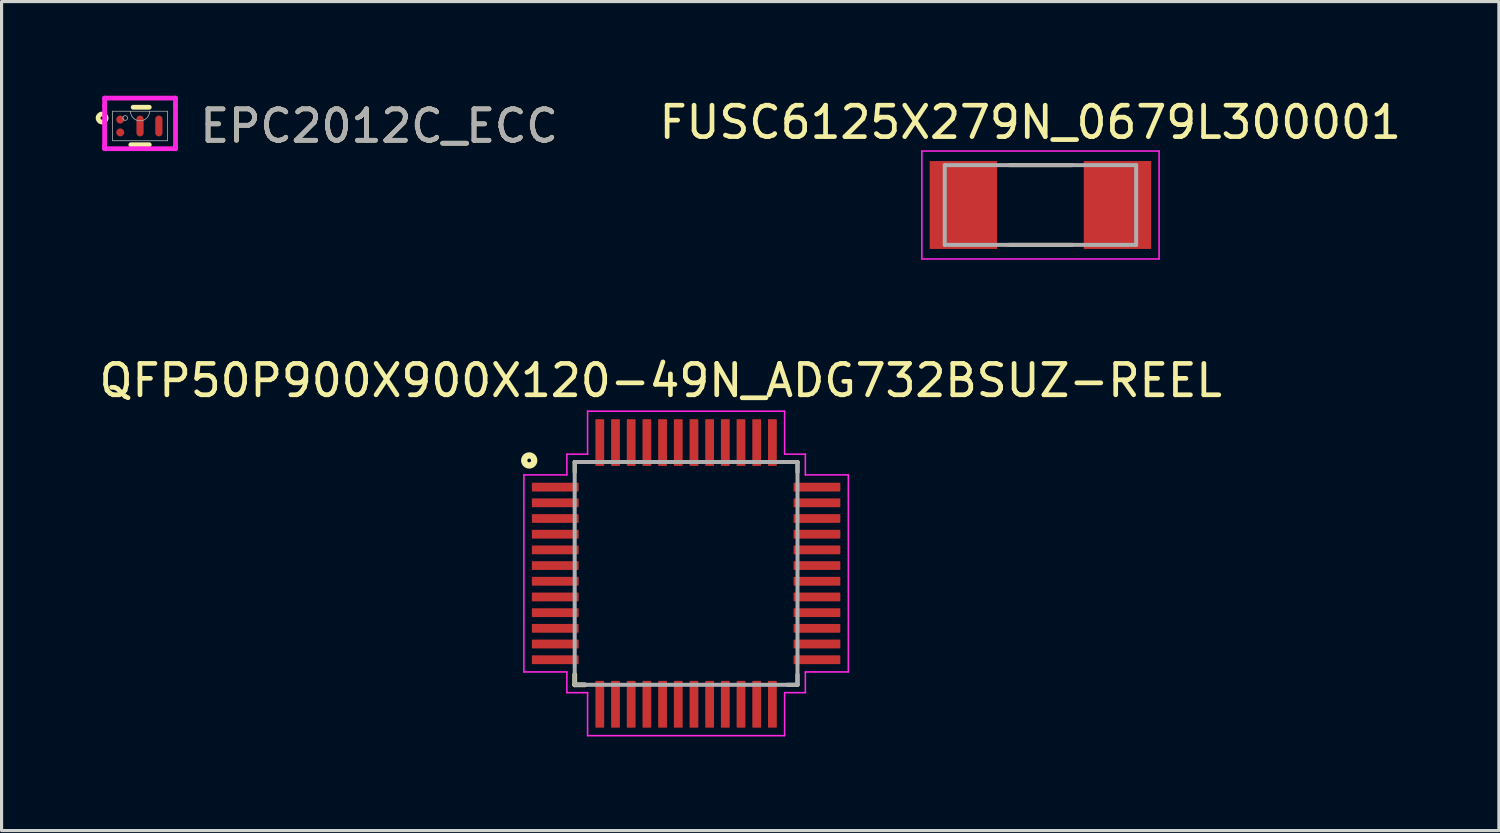
<source format=kicad_pcb>
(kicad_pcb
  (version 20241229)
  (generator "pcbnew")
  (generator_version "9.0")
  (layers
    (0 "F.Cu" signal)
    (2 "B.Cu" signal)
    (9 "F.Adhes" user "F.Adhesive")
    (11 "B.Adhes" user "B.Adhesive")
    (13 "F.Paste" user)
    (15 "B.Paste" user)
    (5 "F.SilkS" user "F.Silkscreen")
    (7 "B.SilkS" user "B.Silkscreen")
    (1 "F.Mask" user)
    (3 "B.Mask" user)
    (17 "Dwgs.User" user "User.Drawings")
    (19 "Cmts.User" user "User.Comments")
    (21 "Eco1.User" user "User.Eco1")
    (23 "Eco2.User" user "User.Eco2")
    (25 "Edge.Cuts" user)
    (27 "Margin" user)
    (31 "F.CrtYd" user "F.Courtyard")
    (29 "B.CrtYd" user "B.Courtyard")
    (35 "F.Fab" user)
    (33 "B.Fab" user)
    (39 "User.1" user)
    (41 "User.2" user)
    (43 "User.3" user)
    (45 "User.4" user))
  (footprint "EPC2012C_ECC"
    (layer "F.Cu")
    (at 1.413 0.965)
    (property "Reference" "EPC2012C_ECC" (at 7.62 0 0) (unlocked yes) (layer "F.SilkS") (effects (font (size 1 1) (thickness 0.15))))
    (attr smd)
    (fp_line (start -0.294 0.597) (end 0.294 0.597) (stroke (width 0.152) (type solid)) (layer "F.SilkS"))
    (fp_line (start 0.294 -0.597) (end -0.22 -0.597) (stroke (width 0.152) (type solid)) (layer "F.SilkS"))
    (fp_circle (center -1.21 -0.254) (end -1.083 -0.254) (stroke (width 0.152) (type solid)) (fill no) (layer "F.SilkS"))
    (fp_line (start -1.13 -0.889) (end 1.13 -0.889) (stroke (width 0.152) (type solid)) (layer "F.CrtYd"))
    (fp_line (start -1.13 -0.635) (end -1.13 -0.889) (stroke (width 0.152) (type solid)) (layer "F.CrtYd"))
    (fp_line (start -1.13 -0.635) (end -1.13 -0.635) (stroke (width 0.152) (type solid)) (layer "F.CrtYd"))
    (fp_line (start -1.13 0.635) (end -1.13 -0.635) (stroke (width 0.152) (type solid)) (layer "F.CrtYd"))
    (fp_line (start -1.13 0.635) (end -1.13 0.635) (stroke (width 0.152) (type solid)) (layer "F.CrtYd"))
    (fp_line (start -1.13 0.724) (end -1.13 0.635) (stroke (width 0.152) (type solid)) (layer "F.CrtYd"))
    (fp_line (start 1.13 -0.889) (end 1.13 -0.635) (stroke (width 0.152) (type solid)) (layer "F.CrtYd"))
    (fp_line (start 1.13 -0.635) (end 1.13 -0.635) (stroke (width 0.152) (type solid)) (layer "F.CrtYd"))
    (fp_line (start 1.13 -0.635) (end 1.13 0.635) (stroke (width 0.152) (type solid)) (layer "F.CrtYd"))
    (fp_line (start 1.13 0.635) (end 1.13 0.635) (stroke (width 0.152) (type solid)) (layer "F.CrtYd"))
    (fp_line (start 1.13 0.635) (end 1.13 0.724) (stroke (width 0.152) (type solid)) (layer "F.CrtYd"))
    (fp_line (start 1.13 0.724) (end -1.13 0.724) (stroke (width 0.152) (type solid)) (layer "F.CrtYd"))
    (fp_line (start -0.876 -0.47) (end -0.876 0.47) (stroke (width 0.025) (type solid)) (layer "F.Fab"))
    (fp_line (start -0.876 0.47) (end 0.876 0.47) (stroke (width 0.025) (type solid)) (layer "F.Fab"))
    (fp_line (start 0.876 -0.47) (end -0.876 -0.47) (stroke (width 0.025) (type solid)) (layer "F.Fab"))
    (fp_line (start 0.876 0.47) (end 0.876 -0.47) (stroke (width 0.025) (type solid)) (layer "F.Fab"))
    (fp_arc (start 0.3048 -0.4699) (mid 0 -0.1651) (end -0.3048 -0.4699) (stroke (width 0.0254) (type solid)) (layer "F.Fab"))
    (fp_circle (center -0.473 -0.254) (end -0.397 -0.254) (stroke (width 0.025) (type solid)) (fill no) (layer "F.Fab"))
    (fp_text user "${REFERENCE}" (at 7.62 0 0) (unlocked yes) (layer "F.Fab") (effects (font (size 1 1) (thickness 0.15))))
    (pad "1" smd circle (at -0.631 -0.204) (size 0.254 0.254) (layers "F.Cu" "F.Mask" "F.Paste"))
    (pad "2" smd circle (at -0.631 0.204) (size 0.254 0.254) (layers "F.Cu" "F.Mask" "F.Paste"))
    (pad "3" smd oval (at 0 0) (size 0.229 0.663) (layers "F.Cu" "F.Mask" "F.Paste"))
    (pad "4" smd oval (at 0.6 0) (size 0.229 0.663) (layers "F.Cu" "F.Mask" "F.Paste")))
  (footprint "QFP50P900X900X120-49N_ADG732BSUZ-REEL"
    (layer "F.Cu")
    (at 18.815 15.224)
    (property "Reference" "QFP50P900X900X120-49N_ADG732BSUZ-REEL" (at -0.809 -6.148 0) (layer "F.SilkS") (effects (font (size 1 1) (thickness 0.15))))
    (attr smd)
    (fp_line (start -3.55 -3.55) (end -3.55 -3.226) (stroke (width 0.127) (type solid)) (layer "F.SilkS"))
    (fp_line (start -3.55 3.226) (end -3.55 3.55) (stroke (width 0.152) (type solid)) (layer "F.SilkS"))
    (fp_line (start -3.55 3.55) (end -3.226 3.55) (stroke (width 0.152) (type solid)) (layer "F.SilkS"))
    (fp_line (start -3.226 -3.55) (end -3.55 -3.55) (stroke (width 0.127) (type solid)) (layer "F.SilkS"))
    (fp_line (start 3.226 3.55) (end 3.55 3.55) (stroke (width 0.127) (type solid)) (layer "F.SilkS"))
    (fp_line (start 3.55 -3.55) (end 3.226 -3.55) (stroke (width 0.127) (type solid)) (layer "F.SilkS"))
    (fp_line (start 3.55 -3.226) (end 3.55 -3.55) (stroke (width 0.127) (type solid)) (layer "F.SilkS"))
    (fp_line (start 3.55 3.55) (end 3.55 3.226) (stroke (width 0.127) (type solid)) (layer "F.SilkS"))
    (fp_circle (center -5 -3.6) (end -4.84 -3.6) (stroke (width 0.2) (type solid)) (fill no) (layer "F.SilkS"))
    (fp_line (start -5.17 -3.14) (end -3.8 -3.14) (stroke (width 0.05) (type solid)) (layer "F.CrtYd"))
    (fp_line (start -5.17 3.14) (end -5.17 -3.14) (stroke (width 0.05) (type solid)) (layer "F.CrtYd"))
    (fp_line (start -3.8 -3.8) (end -3.14 -3.8) (stroke (width 0.05) (type solid)) (layer "F.CrtYd"))
    (fp_line (start -3.8 -3.14) (end -3.8 -3.8) (stroke (width 0.05) (type solid)) (layer "F.CrtYd"))
    (fp_line (start -3.8 3.14) (end -5.17 3.14) (stroke (width 0.05) (type solid)) (layer "F.CrtYd"))
    (fp_line (start -3.8 3.8) (end -3.8 3.14) (stroke (width 0.05) (type solid)) (layer "F.CrtYd"))
    (fp_line (start -3.14 -5.17) (end 3.14 -5.17) (stroke (width 0.05) (type solid)) (layer "F.CrtYd"))
    (fp_line (start -3.14 -3.8) (end -3.14 -5.17) (stroke (width 0.05) (type solid)) (layer "F.CrtYd"))
    (fp_line (start -3.14 3.8) (end -3.8 3.8) (stroke (width 0.05) (type solid)) (layer "F.CrtYd"))
    (fp_line (start -3.14 5.17) (end -3.14 3.8) (stroke (width 0.05) (type solid)) (layer "F.CrtYd"))
    (fp_line (start 3.14 -5.17) (end 3.14 -3.8) (stroke (width 0.05) (type solid)) (layer "F.CrtYd"))
    (fp_line (start 3.14 -3.8) (end 3.8 -3.8) (stroke (width 0.05) (type solid)) (layer "F.CrtYd"))
    (fp_line (start 3.14 3.8) (end 3.14 5.17) (stroke (width 0.05) (type solid)) (layer "F.CrtYd"))
    (fp_line (start 3.14 5.17) (end -3.14 5.17) (stroke (width 0.05) (type solid)) (layer "F.CrtYd"))
    (fp_line (start 3.8 -3.8) (end 3.8 -3.14) (stroke (width 0.05) (type solid)) (layer "F.CrtYd"))
    (fp_line (start 3.8 -3.14) (end 5.17 -3.14) (stroke (width 0.05) (type solid)) (layer "F.CrtYd"))
    (fp_line (start 3.8 3.14) (end 3.8 3.8) (stroke (width 0.05) (type solid)) (layer "F.CrtYd"))
    (fp_line (start 3.8 3.8) (end 3.14 3.8) (stroke (width 0.05) (type solid)) (layer "F.CrtYd"))
    (fp_line (start 5.17 -3.14) (end 5.17 3.14) (stroke (width 0.05) (type solid)) (layer "F.CrtYd"))
    (fp_line (start 5.17 3.14) (end 3.8 3.14) (stroke (width 0.05) (type solid)) (layer "F.CrtYd"))
    (fp_line (start -3.55 -3.55) (end -3.55 3.55) (stroke (width 0.127) (type solid)) (layer "F.Fab"))
    (fp_line (start -3.55 3.55) (end 3.55 3.55) (stroke (width 0.127) (type solid)) (layer "F.Fab"))
    (fp_line (start 3.55 -3.55) (end -3.55 -3.55) (stroke (width 0.127) (type solid)) (layer "F.Fab"))
    (fp_line (start 3.55 3.55) (end 3.55 -3.55) (stroke (width 0.127) (type solid)) (layer "F.Fab"))
    (pad "1" smd roundrect (at -4.17 -2.75) (size 1.49 0.28) (layers "F.Cu" "F.Mask" "F.Paste") (roundrect_rratio 0.07))
    (pad "2" smd roundrect (at -4.17 -2.25) (size 1.49 0.28) (layers "F.Cu" "F.Mask" "F.Paste") (roundrect_rratio 0.07))
    (pad "3" smd roundrect (at -4.17 -1.75) (size 1.49 0.28) (layers "F.Cu" "F.Mask" "F.Paste") (roundrect_rratio 0.07))
    (pad "4" smd roundrect (at -4.17 -1.25) (size 1.49 0.28) (layers "F.Cu" "F.Mask" "F.Paste") (roundrect_rratio 0.07))
    (pad "5" smd roundrect (at -4.17 -0.75) (size 1.49 0.28) (layers "F.Cu" "F.Mask" "F.Paste") (roundrect_rratio 0.07))
    (pad "6" smd roundrect (at -4.17 -0.25) (size 1.49 0.28) (layers "F.Cu" "F.Mask" "F.Paste") (roundrect_rratio 0.07))
    (pad "7" smd roundrect (at -4.17 0.25) (size 1.49 0.28) (layers "F.Cu" "F.Mask" "F.Paste") (roundrect_rratio 0.07))
    (pad "8" smd roundrect (at -4.17 0.75) (size 1.49 0.28) (layers "F.Cu" "F.Mask" "F.Paste") (roundrect_rratio 0.07))
    (pad "9" smd roundrect (at -4.17 1.25) (size 1.49 0.28) (layers "F.Cu" "F.Mask" "F.Paste") (roundrect_rratio 0.07))
    (pad "10" smd roundrect (at -4.17 1.75) (size 1.49 0.28) (layers "F.Cu" "F.Mask" "F.Paste") (roundrect_rratio 0.07))
    (pad "11" smd roundrect (at -4.17 2.25) (size 1.49 0.28) (layers "F.Cu" "F.Mask" "F.Paste") (roundrect_rratio 0.07))
    (pad "12" smd roundrect (at -4.17 2.75) (size 1.49 0.28) (layers "F.Cu" "F.Mask" "F.Paste") (roundrect_rratio 0.07))
    (pad "13" smd roundrect (at -2.75 4.17 90) (size 1.49 0.28) (layers "F.Cu" "F.Mask" "F.Paste") (roundrect_rratio 0.07))
    (pad "14" smd roundrect (at -2.25 4.17 90) (size 1.49 0.28) (layers "F.Cu" "F.Mask" "F.Paste") (roundrect_rratio 0.07))
    (pad "15" smd roundrect (at -1.75 4.17 90) (size 1.49 0.28) (layers "F.Cu" "F.Mask" "F.Paste") (roundrect_rratio 0.07))
    (pad "16" smd roundrect (at -1.25 4.17 90) (size 1.49 0.28) (layers "F.Cu" "F.Mask" "F.Paste") (roundrect_rratio 0.07))
    (pad "17" smd roundrect (at -0.75 4.17 90) (size 1.49 0.28) (layers "F.Cu" "F.Mask" "F.Paste") (roundrect_rratio 0.07))
    (pad "18" smd roundrect (at -0.25 4.17 90) (size 1.49 0.28) (layers "F.Cu" "F.Mask" "F.Paste") (roundrect_rratio 0.07))
    (pad "19" smd roundrect (at 0.25 4.17 90) (size 1.49 0.28) (layers "F.Cu" "F.Mask" "F.Paste") (roundrect_rratio 0.07))
    (pad "20" smd roundrect (at 0.75 4.17 90) (size 1.49 0.28) (layers "F.Cu" "F.Mask" "F.Paste") (roundrect_rratio 0.07))
    (pad "21" smd roundrect (at 1.25 4.17 90) (size 1.49 0.28) (layers "F.Cu" "F.Mask" "F.Paste") (roundrect_rratio 0.07))
    (pad "22" smd roundrect (at 1.75 4.17 90) (size 1.49 0.28) (layers "F.Cu" "F.Mask" "F.Paste") (roundrect_rratio 0.07))
    (pad "23" smd roundrect (at 2.25 4.17 90) (size 1.49 0.28) (layers "F.Cu" "F.Mask" "F.Paste") (roundrect_rratio 0.07))
    (pad "24" smd roundrect (at 2.75 4.17 90) (size 1.49 0.28) (layers "F.Cu" "F.Mask" "F.Paste") (roundrect_rratio 0.07))
    (pad "25" smd roundrect (at 4.17 2.75 180) (size 1.49 0.28) (layers "F.Cu" "F.Mask" "F.Paste") (roundrect_rratio 0.07))
    (pad "26" smd roundrect (at 4.17 2.25 180) (size 1.49 0.28) (layers "F.Cu" "F.Mask" "F.Paste") (roundrect_rratio 0.07))
    (pad "27" smd roundrect (at 4.17 1.75 180) (size 1.49 0.28) (layers "F.Cu" "F.Mask" "F.Paste") (roundrect_rratio 0.07))
    (pad "28" smd roundrect (at 4.17 1.25 180) (size 1.49 0.28) (layers "F.Cu" "F.Mask" "F.Paste") (roundrect_rratio 0.07))
    (pad "29" smd roundrect (at 4.17 0.75 180) (size 1.49 0.28) (layers "F.Cu" "F.Mask" "F.Paste") (roundrect_rratio 0.07))
    (pad "30" smd roundrect (at 4.17 0.25 180) (size 1.49 0.28) (layers "F.Cu" "F.Mask" "F.Paste") (roundrect_rratio 0.07))
    (pad "31" smd roundrect (at 4.17 -0.25 180) (size 1.49 0.28) (layers "F.Cu" "F.Mask" "F.Paste") (roundrect_rratio 0.07))
    (pad "32" smd roundrect (at 4.17 -0.75 180) (size 1.49 0.28) (layers "F.Cu" "F.Mask" "F.Paste") (roundrect_rratio 0.07))
    (pad "33" smd roundrect (at 4.17 -1.25 180) (size 1.49 0.28) (layers "F.Cu" "F.Mask" "F.Paste") (roundrect_rratio 0.07))
    (pad "34" smd roundrect (at 4.17 -1.75 180) (size 1.49 0.28) (layers "F.Cu" "F.Mask" "F.Paste") (roundrect_rratio 0.07))
    (pad "35" smd roundrect (at 4.17 -2.25 180) (size 1.49 0.28) (layers "F.Cu" "F.Mask" "F.Paste") (roundrect_rratio 0.07))
    (pad "36" smd roundrect (at 4.17 -2.75 180) (size 1.49 0.28) (layers "F.Cu" "F.Mask" "F.Paste") (roundrect_rratio 0.07))
    (pad "37" smd roundrect (at 2.75 -4.17 270) (size 1.49 0.28) (layers "F.Cu" "F.Mask" "F.Paste") (roundrect_rratio 0.07))
    (pad "38" smd roundrect (at 2.25 -4.17 270) (size 1.49 0.28) (layers "F.Cu" "F.Mask" "F.Paste") (roundrect_rratio 0.07))
    (pad "39" smd roundrect (at 1.75 -4.17 270) (size 1.49 0.28) (layers "F.Cu" "F.Mask" "F.Paste") (roundrect_rratio 0.07))
    (pad "40" smd roundrect (at 1.25 -4.17 270) (size 1.49 0.28) (layers "F.Cu" "F.Mask" "F.Paste") (roundrect_rratio 0.07))
    (pad "41" smd roundrect (at 0.75 -4.17 270) (size 1.49 0.28) (layers "F.Cu" "F.Mask" "F.Paste") (roundrect_rratio 0.07))
    (pad "42" smd roundrect (at 0.25 -4.17 270) (size 1.49 0.28) (layers "F.Cu" "F.Mask" "F.Paste") (roundrect_rratio 0.07))
    (pad "43" smd roundrect (at -0.25 -4.17 270) (size 1.49 0.28) (layers "F.Cu" "F.Mask" "F.Paste") (roundrect_rratio 0.07))
    (pad "44" smd roundrect (at -0.75 -4.17 270) (size 1.49 0.28) (layers "F.Cu" "F.Mask" "F.Paste") (roundrect_rratio 0.07))
    (pad "45" smd roundrect (at -1.25 -4.17 270) (size 1.49 0.28) (layers "F.Cu" "F.Mask" "F.Paste") (roundrect_rratio 0.07))
    (pad "46" smd roundrect (at -1.75 -4.17 270) (size 1.49 0.28) (layers "F.Cu" "F.Mask" "F.Paste") (roundrect_rratio 0.07))
    (pad "47" smd roundrect (at -2.25 -4.17 270) (size 1.49 0.28) (layers "F.Cu" "F.Mask" "F.Paste") (roundrect_rratio 0.07))
    (pad "48" smd roundrect (at -2.75 -4.17 270) (size 1.49 0.28) (layers "F.Cu" "F.Mask" "F.Paste") (roundrect_rratio 0.07)))
  (footprint "FUSC6125X279N_0679L300001"
    (layer "F.Cu")
    (at 30.108 3.483)
    (property "Reference" "FUSC6125X279N_0679L300001" (at -0.325 -2.635 0) (layer "F.SilkS") (effects (font (size 1 1) (thickness 0.15))))
    (attr smd)
    (fp_line (start -1 -1.27) (end 1 -1.27) (stroke (width 0.127) (type solid)) (layer "F.SilkS"))
    (fp_line (start 1 1.27) (end -1 1.27) (stroke (width 0.127) (type solid)) (layer "F.SilkS"))
    (fp_line (start -3.78 -1.72) (end 3.78 -1.72) (stroke (width 0.05) (type solid)) (layer "F.CrtYd"))
    (fp_line (start -3.78 1.72) (end -3.78 -1.72) (stroke (width 0.05) (type solid)) (layer "F.CrtYd"))
    (fp_line (start 3.78 -1.72) (end 3.78 1.72) (stroke (width 0.05) (type solid)) (layer "F.CrtYd"))
    (fp_line (start 3.78 1.72) (end -3.78 1.72) (stroke (width 0.05) (type solid)) (layer "F.CrtYd"))
    (fp_line (start -3.05 -1.27) (end 3.05 -1.27) (stroke (width 0.127) (type solid)) (layer "F.Fab"))
    (fp_line (start -3.05 1.27) (end -3.05 -1.27) (stroke (width 0.127) (type solid)) (layer "F.Fab"))
    (fp_line (start 3.05 -1.27) (end 3.05 1.27) (stroke (width 0.127) (type solid)) (layer "F.Fab"))
    (fp_line (start 3.05 1.27) (end -3.05 1.27) (stroke (width 0.127) (type solid)) (layer "F.Fab"))
    (pad "1" smd rect (at -2.455 0) (size 2.15 2.8) (layers "F.Cu" "F.Mask" "F.Paste"))
    (pad "2" smd rect (at 2.455 0) (size 2.15 2.8) (layers "F.Cu" "F.Mask" "F.Paste")))
  (gr_rect
    (start -3 -3)
    (end 44.717 23.419)
    (stroke (width 0.1) (type default))
    (fill no)
    (layer "Edge.Cuts")))
</source>
